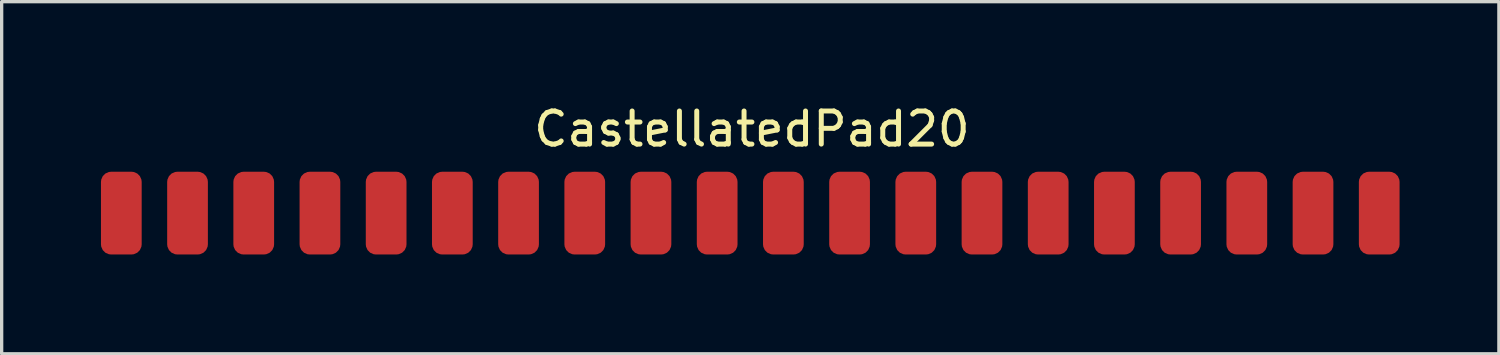
<source format=kicad_pcb>
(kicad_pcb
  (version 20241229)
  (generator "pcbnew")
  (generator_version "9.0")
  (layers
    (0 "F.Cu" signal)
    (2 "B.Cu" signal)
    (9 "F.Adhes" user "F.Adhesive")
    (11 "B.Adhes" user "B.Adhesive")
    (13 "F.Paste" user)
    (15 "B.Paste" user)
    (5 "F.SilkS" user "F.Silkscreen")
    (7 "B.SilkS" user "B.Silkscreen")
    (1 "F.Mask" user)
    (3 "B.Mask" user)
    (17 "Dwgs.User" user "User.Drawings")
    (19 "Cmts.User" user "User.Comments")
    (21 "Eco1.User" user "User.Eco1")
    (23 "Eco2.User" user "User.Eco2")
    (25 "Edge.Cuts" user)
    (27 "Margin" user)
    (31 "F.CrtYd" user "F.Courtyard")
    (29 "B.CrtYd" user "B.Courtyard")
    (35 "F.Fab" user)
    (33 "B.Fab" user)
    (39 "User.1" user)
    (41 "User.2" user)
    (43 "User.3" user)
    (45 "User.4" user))
  (footprint "CastellatedPad20"
    (layer "F.Cu")
    (at 0.615 3.388)
    (property "Reference" "CastellatedPad20" (at 19.05 -2.54 0) (layer "F.SilkS") (effects (font (size 1 1) (thickness 0.15))))
    (attr through_hole)
    (pad "1" smd roundrect (at 0 0) (size 1.23 2.5) (layers "F.Cu" "F.Mask" "F.Paste") (roundrect_rratio 0.25))
    (pad "2" smd roundrect (at 2 0) (size 1.23 2.5) (layers "F.Cu" "F.Mask" "F.Paste") (roundrect_rratio 0.25))
    (pad "3" smd roundrect (at 4 0) (size 1.23 2.5) (layers "F.Cu" "F.Mask" "F.Paste") (roundrect_rratio 0.25))
    (pad "4" smd roundrect (at 6 0) (size 1.23 2.5) (layers "F.Cu" "F.Mask" "F.Paste") (roundrect_rratio 0.25))
    (pad "5" smd roundrect (at 8 0) (size 1.23 2.5) (layers "F.Cu" "F.Mask" "F.Paste") (roundrect_rratio 0.25))
    (pad "6" smd roundrect (at 10 0) (size 1.23 2.5) (layers "F.Cu" "F.Mask" "F.Paste") (roundrect_rratio 0.25))
    (pad "7" smd roundrect (at 12 0) (size 1.23 2.5) (layers "F.Cu" "F.Mask" "F.Paste") (roundrect_rratio 0.25))
    (pad "8" smd roundrect (at 14 0) (size 1.23 2.5) (layers "F.Cu" "F.Mask" "F.Paste") (roundrect_rratio 0.25))
    (pad "9" smd roundrect (at 16 0) (size 1.23 2.5) (layers "F.Cu" "F.Mask" "F.Paste") (roundrect_rratio 0.25))
    (pad "10" smd roundrect (at 18 0) (size 1.23 2.5) (layers "F.Cu" "F.Mask" "F.Paste") (roundrect_rratio 0.25))
    (pad "11" smd roundrect (at 20 0) (size 1.23 2.5) (layers "F.Cu" "F.Mask" "F.Paste") (roundrect_rratio 0.25))
    (pad "12" smd roundrect (at 22 0) (size 1.23 2.5) (layers "F.Cu" "F.Mask" "F.Paste") (roundrect_rratio 0.25))
    (pad "13" smd roundrect (at 24 0) (size 1.23 2.5) (layers "F.Cu" "F.Mask" "F.Paste") (roundrect_rratio 0.25))
    (pad "14" smd roundrect (at 26 0) (size 1.23 2.5) (layers "F.Cu" "F.Mask" "F.Paste") (roundrect_rratio 0.25))
    (pad "15" smd roundrect (at 28 0) (size 1.23 2.5) (layers "F.Cu" "F.Mask" "F.Paste") (roundrect_rratio 0.25))
    (pad "16" smd roundrect (at 30 0) (size 1.23 2.5) (layers "F.Cu" "F.Mask" "F.Paste") (roundrect_rratio 0.25))
    (pad "17" smd roundrect (at 32 0) (size 1.23 2.5) (layers "F.Cu" "F.Mask" "F.Paste") (roundrect_rratio 0.25))
    (pad "18" smd roundrect (at 34 0) (size 1.23 2.5) (layers "F.Cu" "F.Mask" "F.Paste") (roundrect_rratio 0.25))
    (pad "19" smd roundrect (at 36 0) (size 1.23 2.5) (layers "F.Cu" "F.Mask" "F.Paste") (roundrect_rratio 0.25))
    (pad "20" smd roundrect (at 38 0) (size 1.23 2.5) (layers "F.Cu" "F.Mask" "F.Paste") (roundrect_rratio 0.25)))
  (gr_rect
    (start -3 -3)
    (end 42.23 7.638)
    (stroke (width 0.1) (type default))
    (fill no)
    (layer "Edge.Cuts")))
</source>
